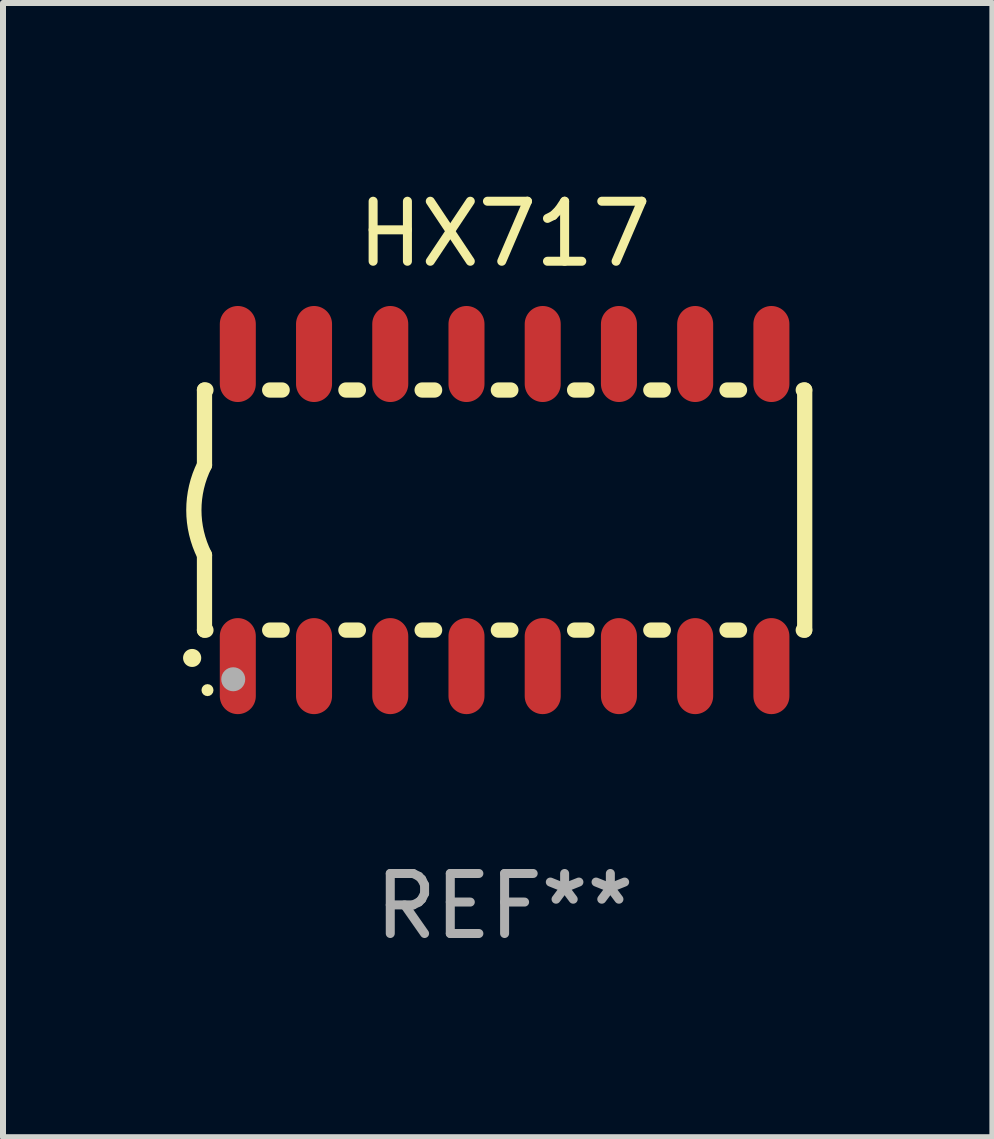
<source format=kicad_pcb>
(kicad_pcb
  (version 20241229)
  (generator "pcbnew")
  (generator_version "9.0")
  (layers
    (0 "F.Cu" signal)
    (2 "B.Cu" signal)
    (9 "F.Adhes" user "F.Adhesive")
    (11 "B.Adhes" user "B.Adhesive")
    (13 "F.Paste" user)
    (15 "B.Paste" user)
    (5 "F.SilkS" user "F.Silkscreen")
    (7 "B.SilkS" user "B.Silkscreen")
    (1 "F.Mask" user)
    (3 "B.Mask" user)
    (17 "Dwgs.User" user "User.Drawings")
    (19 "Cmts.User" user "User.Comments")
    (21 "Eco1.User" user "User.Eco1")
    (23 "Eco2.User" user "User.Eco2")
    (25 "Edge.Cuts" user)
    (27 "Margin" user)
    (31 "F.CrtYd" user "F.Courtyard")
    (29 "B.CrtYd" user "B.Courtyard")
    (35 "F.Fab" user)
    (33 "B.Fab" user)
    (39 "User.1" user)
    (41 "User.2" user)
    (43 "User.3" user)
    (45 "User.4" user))
  (footprint "HX717"
    (layer "F.Cu")
    (at 5.357 5.448)
    (property "Reference" "HX717" (at 0 -4.6 0) (layer "F.SilkS") (effects (font (size 1 1) (thickness 0.15))))
    (attr through_hole)
    (fp_line (start -5 -2) (end -5 -0.75) (stroke (width 0.254) (type solid)) (layer "F.SilkS"))
    (fp_line (start -5 -2) (end -4.976 -2) (stroke (width 0.254) (type solid)) (layer "F.SilkS"))
    (fp_line (start -5 2) (end -5 0.75) (stroke (width 0.254) (type solid)) (layer "F.SilkS"))
    (fp_line (start -5 2) (end -4.976 2) (stroke (width 0.254) (type solid)) (layer "F.SilkS"))
    (fp_line (start -3.914 -2) (end -3.706 -2) (stroke (width 0.254) (type solid)) (layer "F.SilkS"))
    (fp_line (start -3.914 2) (end -3.706 2) (stroke (width 0.254) (type solid)) (layer "F.SilkS"))
    (fp_line (start -2.644 -2) (end -2.436 -2) (stroke (width 0.254) (type solid)) (layer "F.SilkS"))
    (fp_line (start -2.644 2) (end -2.436 2) (stroke (width 0.254) (type solid)) (layer "F.SilkS"))
    (fp_line (start -1.374 -2) (end -1.166 -2) (stroke (width 0.254) (type solid)) (layer "F.SilkS"))
    (fp_line (start -1.374 2) (end -1.166 2) (stroke (width 0.254) (type solid)) (layer "F.SilkS"))
    (fp_line (start -0.104 -2) (end 0.104 -2) (stroke (width 0.254) (type solid)) (layer "F.SilkS"))
    (fp_line (start -0.104 2) (end 0.104 2) (stroke (width 0.254) (type solid)) (layer "F.SilkS"))
    (fp_line (start 1.166 -2) (end 1.374 -2) (stroke (width 0.254) (type solid)) (layer "F.SilkS"))
    (fp_line (start 1.166 2) (end 1.374 2) (stroke (width 0.254) (type solid)) (layer "F.SilkS"))
    (fp_line (start 2.436 -2) (end 2.644 -2) (stroke (width 0.254) (type solid)) (layer "F.SilkS"))
    (fp_line (start 2.436 2) (end 2.644 2) (stroke (width 0.254) (type solid)) (layer "F.SilkS"))
    (fp_line (start 3.706 -2) (end 3.914 -2) (stroke (width 0.254) (type solid)) (layer "F.SilkS"))
    (fp_line (start 3.706 2) (end 3.914 2) (stroke (width 0.254) (type solid)) (layer "F.SilkS"))
    (fp_line (start 4.976 -2) (end 5 -2) (stroke (width 0.254) (type solid)) (layer "F.SilkS"))
    (fp_line (start 4.976 2) (end 5 2) (stroke (width 0.254) (type solid)) (layer "F.SilkS"))
    (fp_line (start 5 2) (end 5 -2) (stroke (width 0.254) (type solid)) (layer "F.SilkS"))
    (fp_arc (start -5.20701 2.46383) (mid -5.20574 2.463825) (end -5.20447 2.46383) (stroke (width 0.3) (type solid)) (layer "F.SilkS"))
    (fp_arc (start -5 0.751207) (mid -5.177192 0.00061) (end -5 -0.749987) (stroke (width 0.254001) (type solid)) (layer "F.SilkS"))
    (fp_circle (center -4.95 3) (end -4.9 3) (stroke (width 0.1) (type solid)) (fill no) (layer "F.SilkS"))
    (fp_circle (center -4.521 2.819) (end -4.421 2.819) (stroke (width 0.2) (type solid)) (fill no) (layer "F.Fab"))
    (fp_text user "REF**" (at 0 6.6 0) (layer "F.Fab") (effects (font (size 1 1) (thickness 0.15))))
    (pad "1" smd oval (at -4.445 2.6 180) (size 0.6 1.6) (layers "F.Cu" "F.Mask" "F.Paste"))
    (pad "2" smd oval (at -3.175 2.6 180) (size 0.6 1.6) (layers "F.Cu" "F.Mask" "F.Paste"))
    (pad "3" smd oval (at -1.905 2.6 180) (size 0.6 1.6) (layers "F.Cu" "F.Mask" "F.Paste"))
    (pad "4" smd oval (at -0.635 2.6 180) (size 0.6 1.6) (layers "F.Cu" "F.Mask" "F.Paste"))
    (pad "5" smd oval (at 0.635 2.6 180) (size 0.6 1.6) (layers "F.Cu" "F.Mask" "F.Paste"))
    (pad "6" smd oval (at 1.905 2.6 180) (size 0.6 1.6) (layers "F.Cu" "F.Mask" "F.Paste"))
    (pad "7" smd oval (at 3.175 2.6 180) (size 0.6 1.6) (layers "F.Cu" "F.Mask" "F.Paste"))
    (pad "8" smd oval (at 4.445 2.6 180) (size 0.6 1.6) (layers "F.Cu" "F.Mask" "F.Paste"))
    (pad "9" smd oval (at 4.445 -2.6 180) (size 0.6 1.6) (layers "F.Cu" "F.Mask" "F.Paste"))
    (pad "10" smd oval (at 3.175 -2.6 180) (size 0.6 1.6) (layers "F.Cu" "F.Mask" "F.Paste"))
    (pad "11" smd oval (at 1.905 -2.6 180) (size 0.6 1.6) (layers "F.Cu" "F.Mask" "F.Paste"))
    (pad "12" smd oval (at 0.635 -2.6 180) (size 0.6 1.6) (layers "F.Cu" "F.Mask" "F.Paste"))
    (pad "13" smd oval (at -0.635 -2.6 180) (size 0.6 1.6) (layers "F.Cu" "F.Mask" "F.Paste"))
    (pad "14" smd oval (at -1.905 -2.6 180) (size 0.6 1.6) (layers "F.Cu" "F.Mask" "F.Paste"))
    (pad "15" smd oval (at -3.175 -2.6 180) (size 0.6 1.6) (layers "F.Cu" "F.Mask" "F.Paste"))
    (pad "16" smd oval (at -4.445 -2.6 180) (size 0.6 1.6) (layers "F.Cu" "F.Mask" "F.Paste")))
  (gr_rect
    (start -3 -3)
    (end 13.484 15.897)
    (stroke (width 0.1) (type default))
    (fill no)
    (layer "Edge.Cuts")))
</source>
